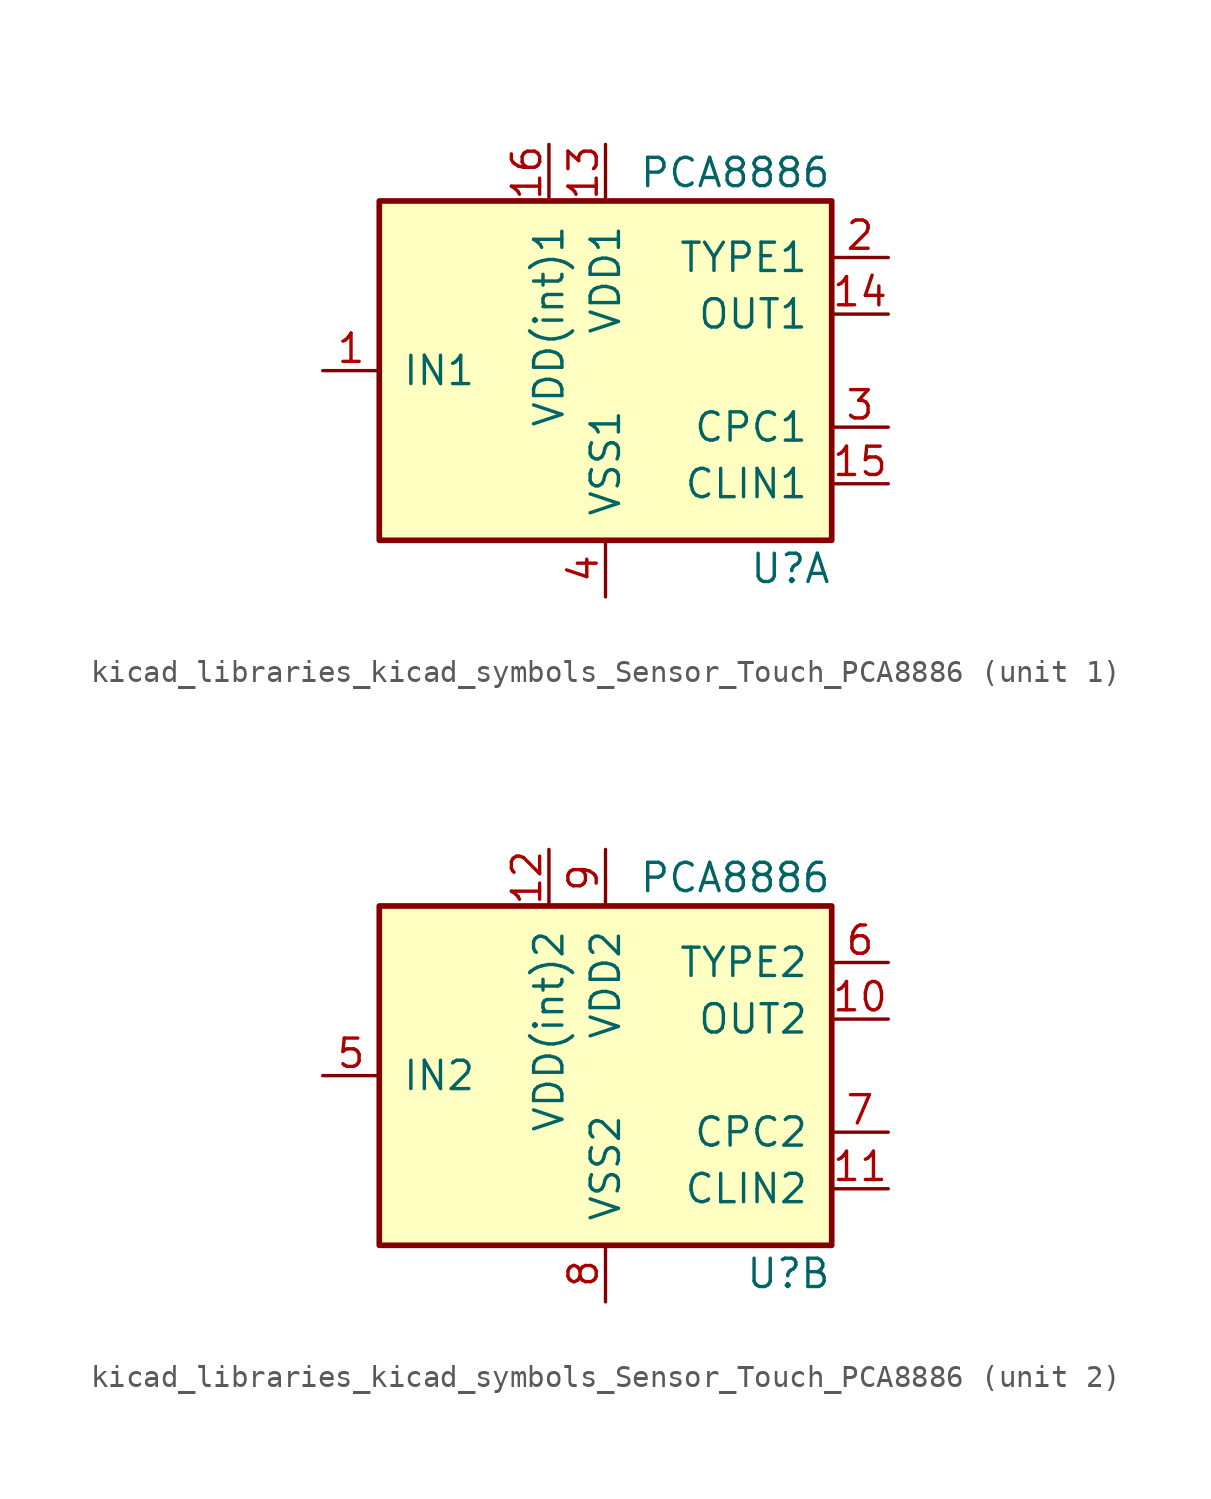
<source format=kicad_sym>
(kicad_symbol_lib
  (version 20220914)
  (generator kicad_symbol_editor)
  (symbol "kicad_libraries_kicad_symbols_Sensor_Touch_PCA8886"
    (pin_names
      (offset 1.016))
    (property "Reference" "U"
      (at 10.16 -8.89 0)
      (effects (font (size 1.27 1.27)) (justify right)))
    (property "Value" "PCA8886"
      (at 10.16 8.89 0)
      (effects (font (size 1.27 1.27)) (justify right)))
    (property "ki_locked" ""
      (at 0 0 0)
      (effects (font (size 1.27 1.27))))
    (symbol "kicad_libraries_kicad_symbols_Sensor_Touch_PCA8886_0_1"
      (rectangle (start 10.16 -7.62) (end -10.16 7.62) (stroke (width 0.254) (type default)) (fill (type background))))
    (symbol "kicad_libraries_kicad_symbols_Sensor_Touch_PCA8886_1_1"
      (pin input line (at -12.7 0 0) (length 2.54) (name "IN1" (effects (font (size 1.27 1.27)))) (number "1" (effects (font (size 1.27 1.27)))))
      (pin power_in line (at 0 10.16 270) (length 2.54) (name "VDD1" (effects (font (size 1.27 1.27)))) (number "13" (effects (font (size 1.27 1.27)))))
      (pin output line (at 12.7 2.54 180) (length 2.54) (name "OUT1" (effects (font (size 1.27 1.27)))) (number "14" (effects (font (size 1.27 1.27)))))
      (pin bidirectional line (at 12.7 -5.08 180) (length 2.54) (name "CLIN1" (effects (font (size 1.27 1.27)))) (number "15" (effects (font (size 1.27 1.27)))))
      (pin power_out line (at -2.54 10.16 270) (length 2.54) (name "VDD(int)1" (effects (font (size 1.27 1.27)))) (number "16" (effects (font (size 1.27 1.27)))))
      (pin input line (at 12.7 5.08 180) (length 2.54) (name "TYPE1" (effects (font (size 1.27 1.27)))) (number "2" (effects (font (size 1.27 1.27)))))
      (pin bidirectional line (at 12.7 -2.54 180) (length 2.54) (name "CPC1" (effects (font (size 1.27 1.27)))) (number "3" (effects (font (size 1.27 1.27)))))
      (pin power_in line (at 0 -10.16 90) (length 2.54) (name "VSS1" (effects (font (size 1.27 1.27)))) (number "4" (effects (font (size 1.27 1.27))))))
    (symbol "kicad_libraries_kicad_symbols_Sensor_Touch_PCA8886_2_1"
      (pin output line (at 12.7 2.54 180) (length 2.54) (name "OUT2" (effects (font (size 1.27 1.27)))) (number "10" (effects (font (size 1.27 1.27)))))
      (pin bidirectional line (at 12.7 -5.08 180) (length 2.54) (name "CLIN2" (effects (font (size 1.27 1.27)))) (number "11" (effects (font (size 1.27 1.27)))))
      (pin power_out line (at -2.54 10.16 270) (length 2.54) (name "VDD(int)2" (effects (font (size 1.27 1.27)))) (number "12" (effects (font (size 1.27 1.27)))))
      (pin input line (at -12.7 0 0) (length 2.54) (name "IN2" (effects (font (size 1.27 1.27)))) (number "5" (effects (font (size 1.27 1.27)))))
      (pin input line (at 12.7 5.08 180) (length 2.54) (name "TYPE2" (effects (font (size 1.27 1.27)))) (number "6" (effects (font (size 1.27 1.27)))))
      (pin bidirectional line (at 12.7 -2.54 180) (length 2.54) (name "CPC2" (effects (font (size 1.27 1.27)))) (number "7" (effects (font (size 1.27 1.27)))))
      (pin power_in line (at 0 -10.16 90) (length 2.54) (name "VSS2" (effects (font (size 1.27 1.27)))) (number "8" (effects (font (size 1.27 1.27)))))
      (pin power_in line (at 0 10.16 270) (length 2.54) (name "VDD2" (effects (font (size 1.27 1.27)))) (number "9" (effects (font (size 1.27 1.27))))))))
</source>
